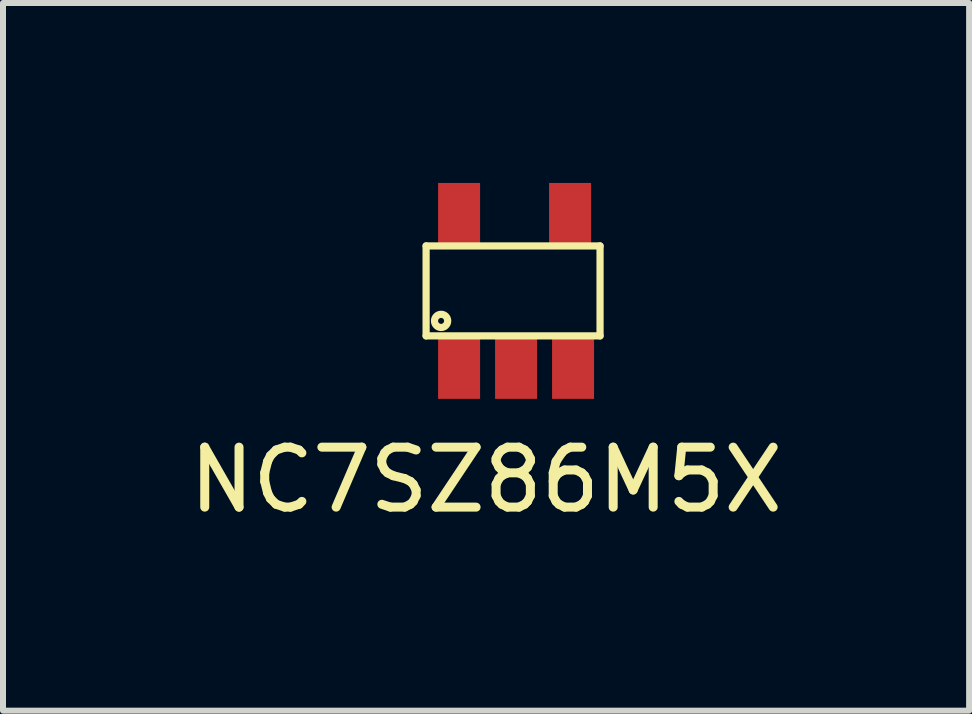
<source format=kicad_pcb>
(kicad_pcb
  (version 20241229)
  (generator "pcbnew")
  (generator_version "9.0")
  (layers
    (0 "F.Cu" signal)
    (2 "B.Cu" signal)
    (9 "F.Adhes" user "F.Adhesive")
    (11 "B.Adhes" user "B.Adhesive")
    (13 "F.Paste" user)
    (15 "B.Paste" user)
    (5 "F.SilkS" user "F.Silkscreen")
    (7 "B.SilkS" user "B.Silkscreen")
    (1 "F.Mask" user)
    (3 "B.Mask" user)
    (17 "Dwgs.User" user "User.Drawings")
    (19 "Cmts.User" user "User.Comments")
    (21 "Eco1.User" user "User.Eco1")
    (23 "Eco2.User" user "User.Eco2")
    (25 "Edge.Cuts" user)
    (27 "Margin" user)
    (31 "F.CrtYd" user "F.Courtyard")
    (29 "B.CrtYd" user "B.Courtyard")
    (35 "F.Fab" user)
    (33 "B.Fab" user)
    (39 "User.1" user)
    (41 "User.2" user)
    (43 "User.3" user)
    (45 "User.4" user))
  (footprint "NC7SZ86M5X"
    (layer "F.Cu")
    (at 4.604 3.1)
    (property "Reference" "NC7SZ86M5X" (at 0.45 1.85 0) (layer "F.SilkS") (effects (font (size 1 1) (thickness 0.15))))
    (attr through_hole)
    (fp_line (start -0.55 -2.05) (end 2.35 -2.05) (stroke (width 0.12) (type solid)) (layer "F.SilkS"))
    (fp_line (start -0.55 -0.55) (end -0.55 -2.05) (stroke (width 0.12) (type solid)) (layer "F.SilkS"))
    (fp_line (start 2.35 -2.05) (end 2.35 -0.55) (stroke (width 0.12) (type solid)) (layer "F.SilkS"))
    (fp_line (start 2.35 -0.55) (end -0.55 -0.55) (stroke (width 0.12) (type solid)) (layer "F.SilkS"))
    (fp_circle (center -0.3 -0.8) (end -0.25 -0.8) (stroke (width 0.12) (type solid)) (fill no) (layer "F.SilkS"))
    (pad "1" smd rect (at 0 0 90) (size 1 0.7) (layers "F.Cu" "F.Mask" "F.Paste"))
    (pad "2" smd rect (at 0.95 0 90) (size 1 0.7) (layers "F.Cu" "F.Mask" "F.Paste"))
    (pad "3" smd rect (at 1.9 0 90) (size 1 0.7) (layers "F.Cu" "F.Mask" "F.Paste"))
    (pad "4" smd rect (at 1.85 -2.6 90) (size 1 0.7) (layers "F.Cu" "F.Mask" "F.Paste"))
    (pad "5" smd rect (at 0 -2.6 90) (size 1 0.7) (layers "F.Cu" "F.Mask" "F.Paste")))
  (gr_rect
    (start -3 -3)
    (end 13.107 8.798)
    (stroke (width 0.1) (type default))
    (fill no)
    (layer "Edge.Cuts")))
</source>
